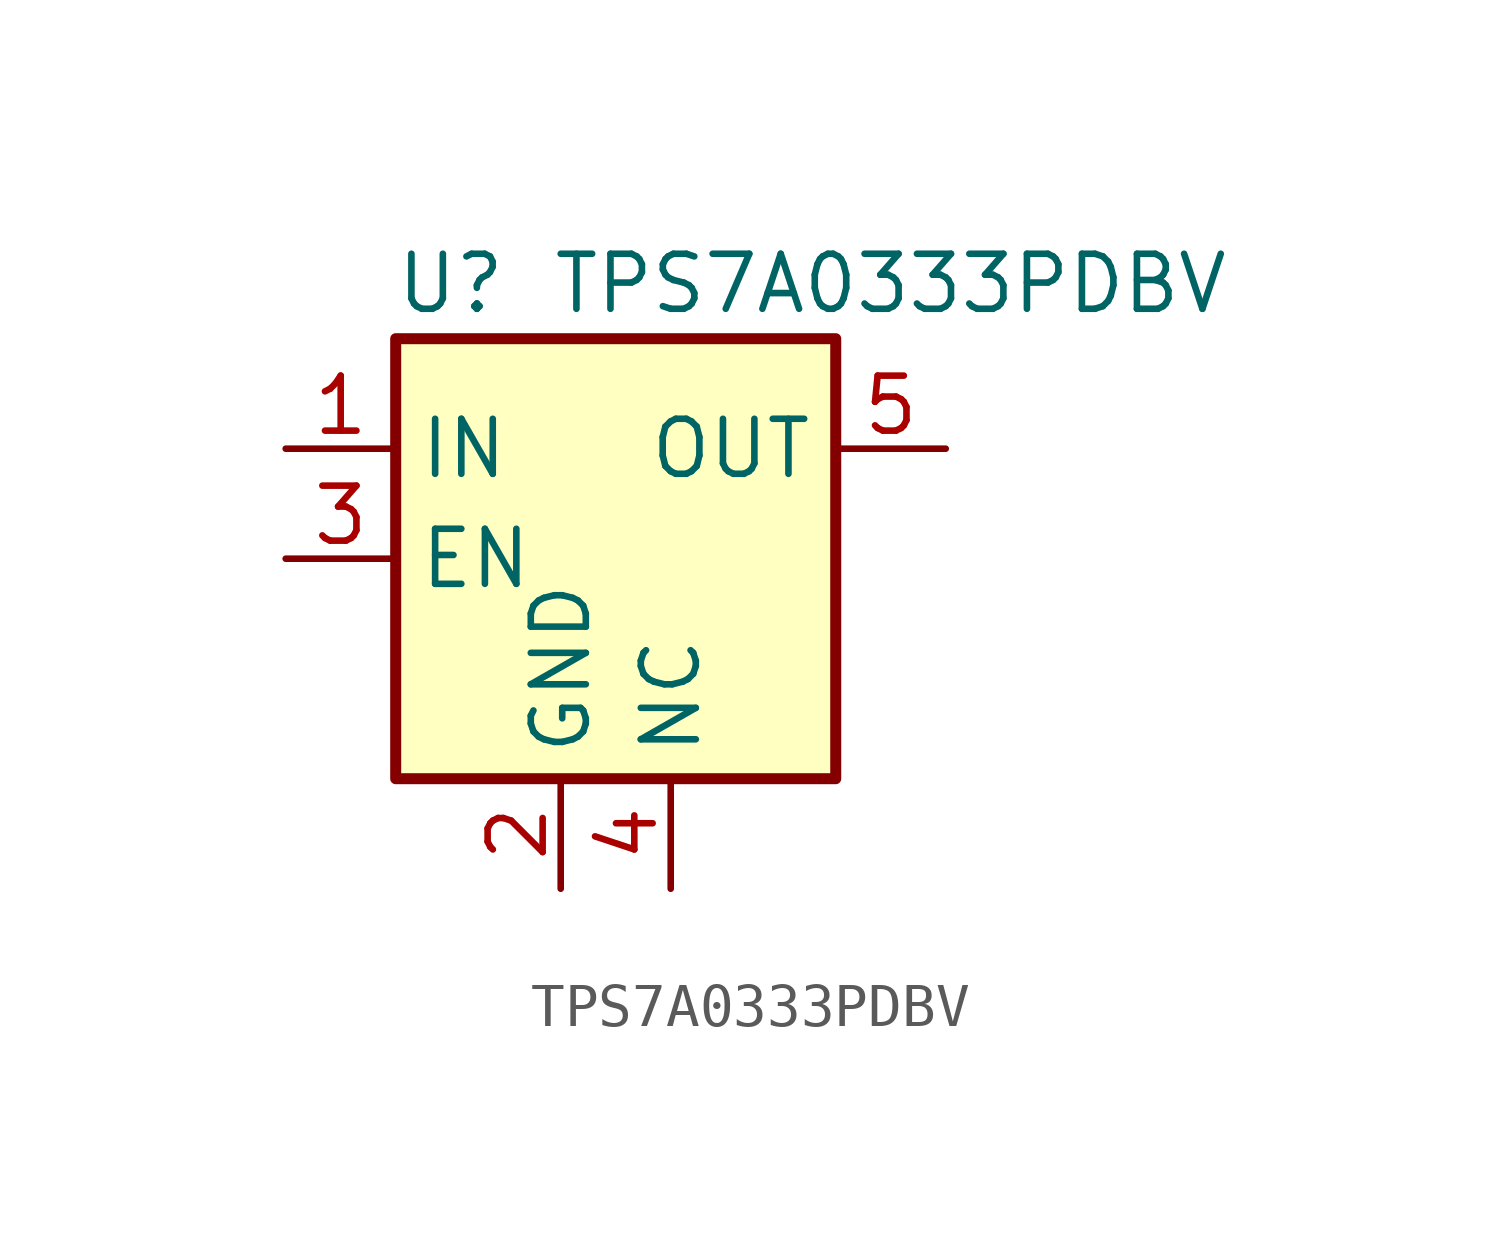
<source format=kicad_sym>
(kicad_symbol_lib
  (version 20231120)
  (generator "kicad_symbol_editor")
  (generator_version "8.0")
  (symbol "TPS7A0333PDBV"
    (property "Reference" "U"
      (at -3.81 6.35 0)
      (effects (font (size 1.27 1.27))))
    (property "Value" "TPS7A0333PDBV"
      (at 6.35 6.35 0)
      (effects (font (size 1.27 1.27))))
    (symbol "TPS7A0333PDBV_0_1"
      (rectangle (start -5.08 -5.08) (end 5.08 5.08) (stroke (width 0.254) (type default)) (fill (type background)))
      (pin power_in line (at -7.62 2.54 0) (length 2.54) (name "IN" (effects (font (size 1.27 1.27)))) (number "1" (effects (font (size 1.27 1.27)))))
      (pin power_in line (at -1.27 -7.62 90) (length 2.54) (name "GND" (effects (font (size 1.27 1.27)))) (number "2" (effects (font (size 1.27 1.27)))))
      (pin input line (at -7.62 0 0) (length 2.54) (name "EN" (effects (font (size 1.27 1.27)))) (number "3" (effects (font (size 1.27 1.27)))))
      (pin power_out line (at 7.62 2.54 180) (length 2.54) (name "OUT" (effects (font (size 1.27 1.27)))) (number "5" (effects (font (size 1.27 1.27))))))
    (symbol "TPS7A0333PDBV_1_1"
      (pin unspecified line (at 1.27 -7.62 90) (length 2.54) (name "NC" (effects (font (size 1.27 1.27)))) (number "4" (effects (font (size 1.27 1.27))))))))
</source>
